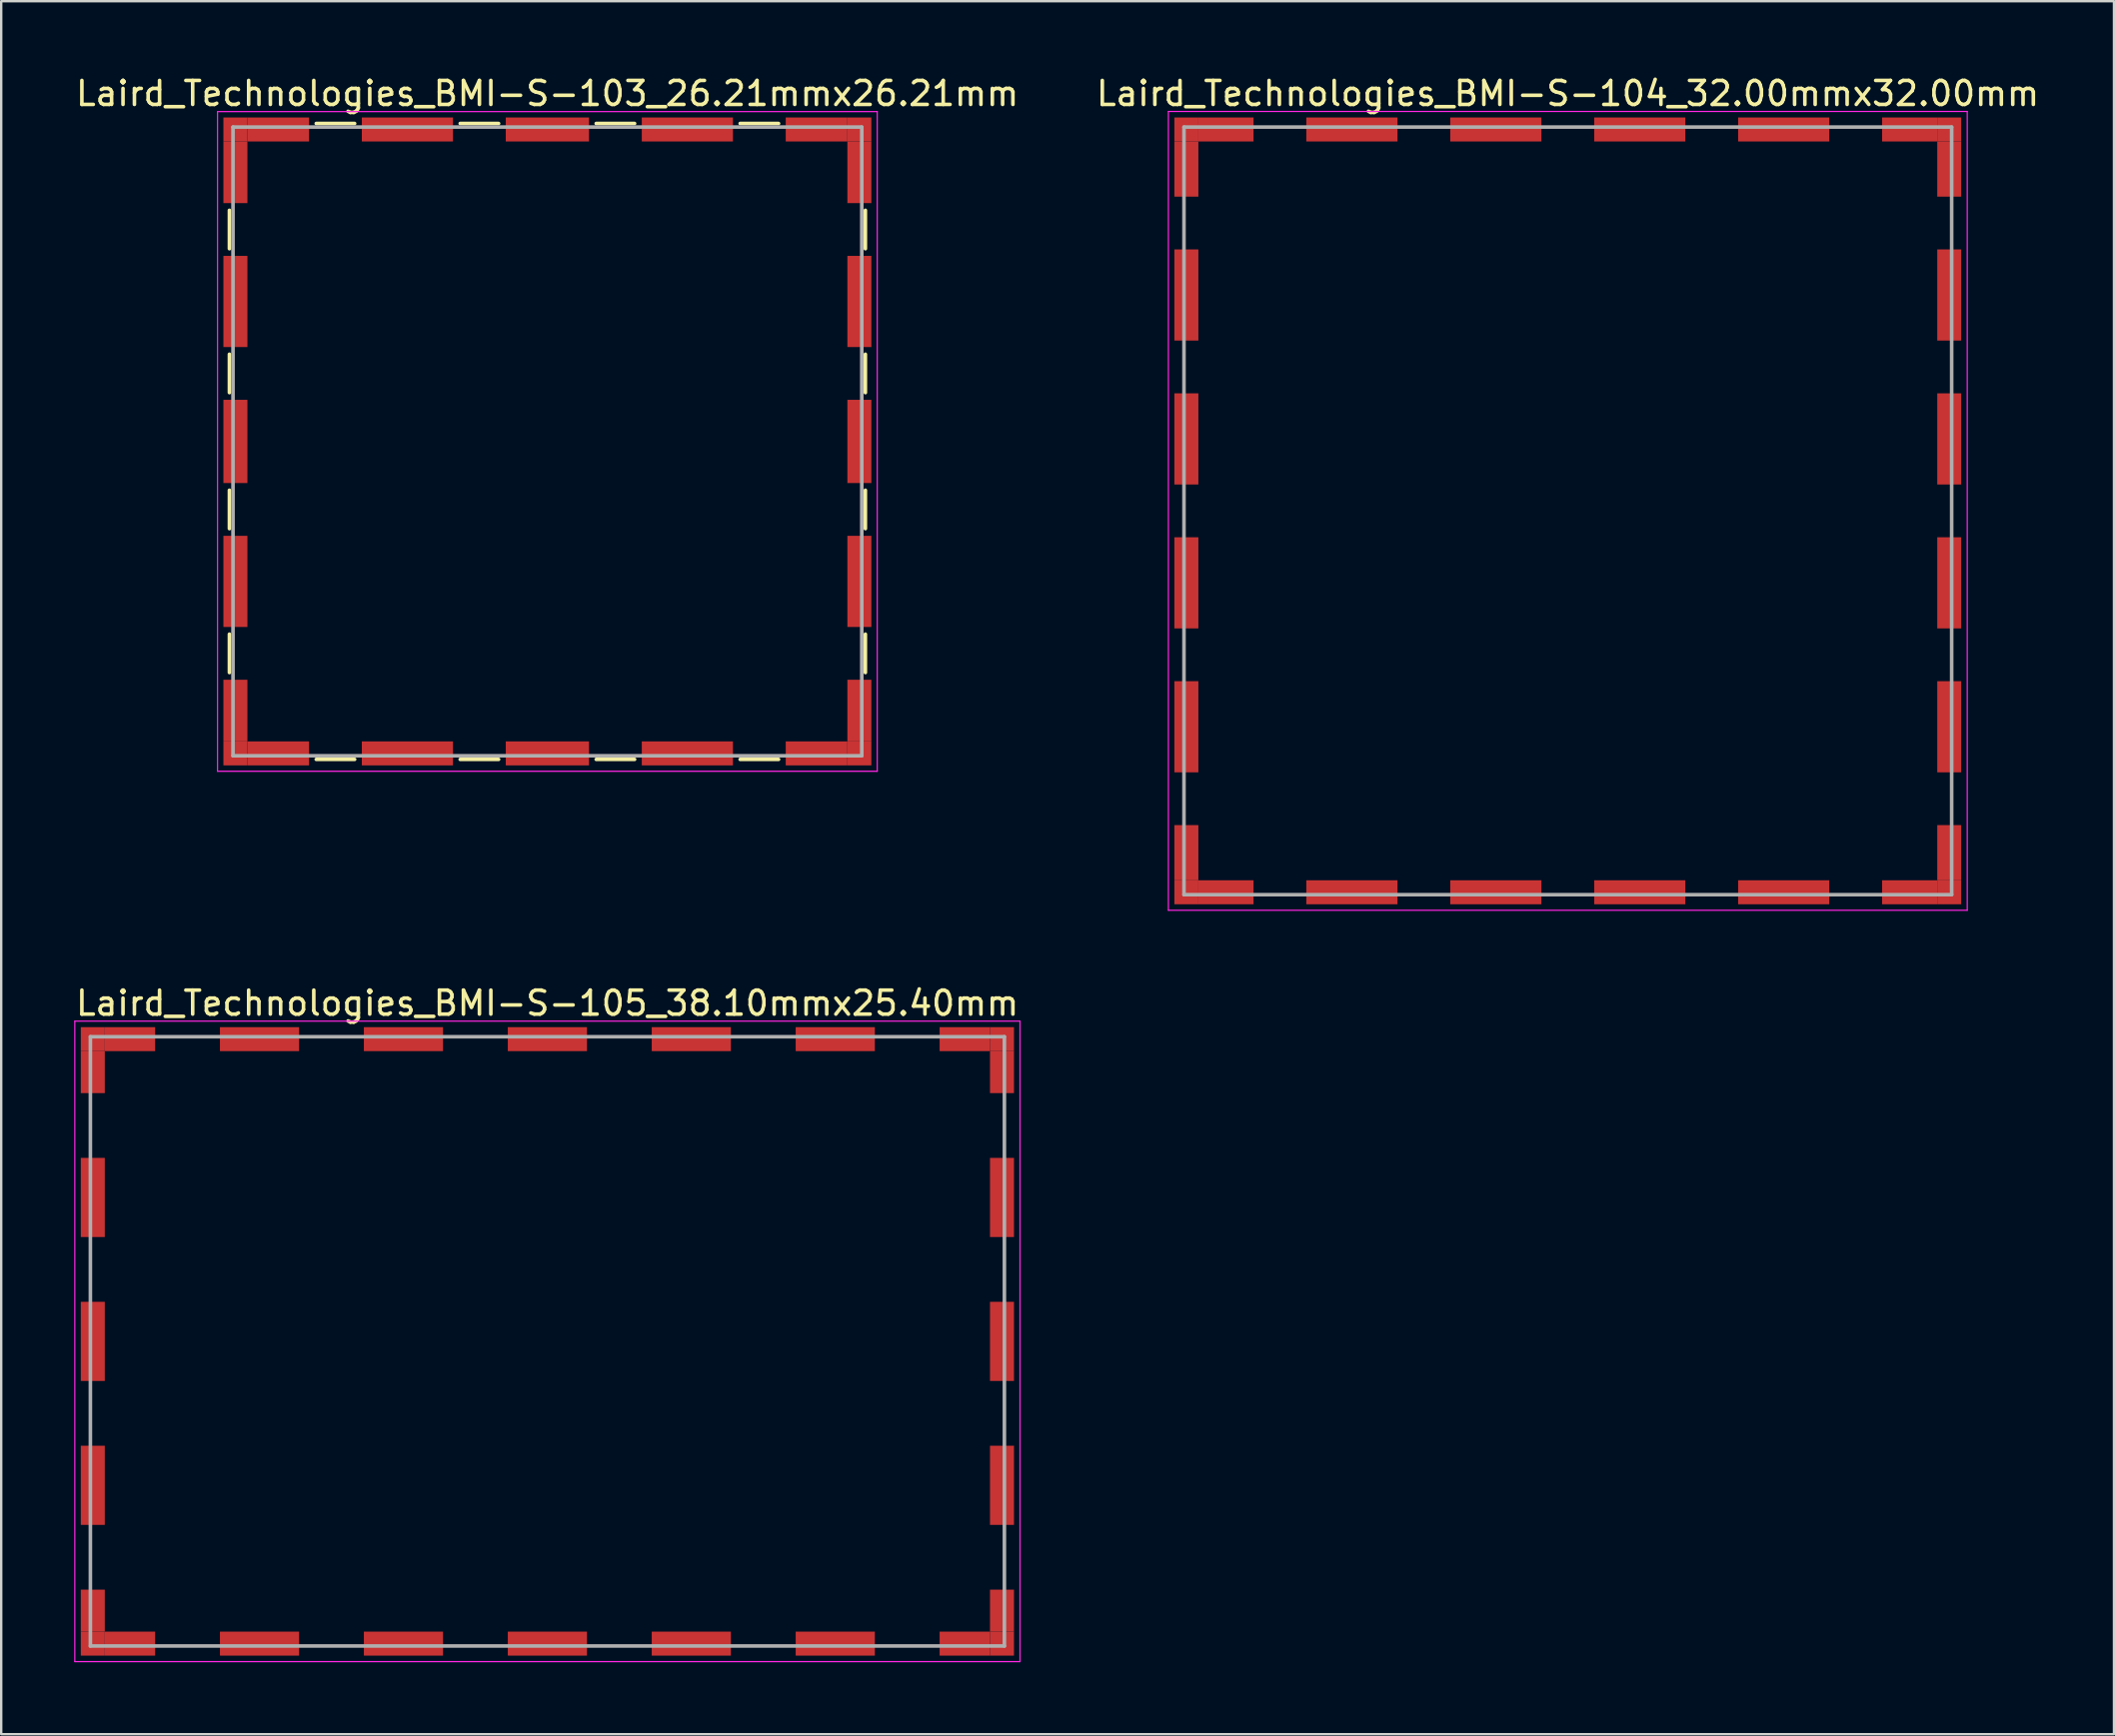
<source format=kicad_pcb>
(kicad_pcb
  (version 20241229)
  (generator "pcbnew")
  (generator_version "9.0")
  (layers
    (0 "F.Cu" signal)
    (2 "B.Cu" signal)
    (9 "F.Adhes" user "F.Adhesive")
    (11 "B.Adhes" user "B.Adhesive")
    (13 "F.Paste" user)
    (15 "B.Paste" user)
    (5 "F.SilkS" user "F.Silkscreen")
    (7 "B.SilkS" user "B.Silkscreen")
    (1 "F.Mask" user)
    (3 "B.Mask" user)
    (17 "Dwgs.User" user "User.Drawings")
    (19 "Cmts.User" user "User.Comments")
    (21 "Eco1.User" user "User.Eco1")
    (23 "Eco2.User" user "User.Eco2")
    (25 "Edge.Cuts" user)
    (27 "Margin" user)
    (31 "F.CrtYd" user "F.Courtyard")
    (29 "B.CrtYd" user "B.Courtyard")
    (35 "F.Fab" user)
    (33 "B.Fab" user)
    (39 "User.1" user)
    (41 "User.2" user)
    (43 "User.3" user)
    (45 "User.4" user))
  (footprint "Laird_Technologies_BMI-S-105_38.10mmx25.40mm"
    (layer "F.Cu")
    (at 19.768 52.871)
    (property "Reference" "Laird_Technologies_BMI-S-105_38.10mmx25.40mm" (at 0 -14.1 0) (layer "F.SilkS") (effects (font (size 1 1) (thickness 0.15))))
    (attr smd)
    (fp_line (start -19.7 -13.35) (end -19.7 13.35) (stroke (width 0.05) (type solid)) (layer "F.CrtYd"))
    (fp_line (start -19.7 13.35) (end 19.7 13.35) (stroke (width 0.05) (type solid)) (layer "F.CrtYd"))
    (fp_line (start 19.7 -13.35) (end -19.7 -13.35) (stroke (width 0.05) (type solid)) (layer "F.CrtYd"))
    (fp_line (start 19.7 13.35) (end 19.7 -13.35) (stroke (width 0.05) (type solid)) (layer "F.CrtYd"))
    (fp_line (start -19.05 -12.7) (end -19.05 12.7) (stroke (width 0.15) (type solid)) (layer "F.Fab"))
    (fp_line (start -19.05 12.7) (end 19.05 12.7) (stroke (width 0.15) (type solid)) (layer "F.Fab"))
    (fp_line (start 19.05 -12.7) (end -19.05 -12.7) (stroke (width 0.15) (type solid)) (layer "F.Fab"))
    (fp_line (start 19.05 12.7) (end 19.05 -12.7) (stroke (width 0.15) (type solid)) (layer "F.Fab"))
    (pad "1" smd rect (at -18.95 -12.6) (size 1 1) (layers "F.Cu" "F.Mask"))
    (pad "1" smd rect (at -18.95 -11.225) (size 1 1.75) (layers "F.Cu" "F.Mask"))
    (pad "1" smd rect (at -18.95 -6) (size 1 3.3) (layers "F.Cu" "F.Mask"))
    (pad "1" smd rect (at -18.95 0) (size 1 3.3) (layers "F.Cu" "F.Mask"))
    (pad "1" smd rect (at -18.95 6) (size 1 3.3) (layers "F.Cu" "F.Mask"))
    (pad "1" smd rect (at -18.95 11.225) (size 1 1.75) (layers "F.Cu" "F.Mask"))
    (pad "1" smd rect (at -18.95 12.6) (size 1 1) (layers "F.Cu" "F.Mask"))
    (pad "1" smd rect (at -17.4 -12.6) (size 2.1 1) (layers "F.Cu" "F.Mask"))
    (pad "1" smd rect (at -17.4 12.6) (size 2.1 1) (layers "F.Cu" "F.Mask"))
    (pad "1" smd rect (at -12 -12.6) (size 3.3 1) (layers "F.Cu" "F.Mask"))
    (pad "1" smd rect (at -12 12.6) (size 3.3 1) (layers "F.Cu" "F.Mask"))
    (pad "1" smd rect (at -6 -12.6) (size 3.3 1) (layers "F.Cu" "F.Mask"))
    (pad "1" smd rect (at -6 12.6) (size 3.3 1) (layers "F.Cu" "F.Mask"))
    (pad "1" smd rect (at 0 -12.6) (size 3.3 1) (layers "F.Cu" "F.Mask"))
    (pad "1" smd rect (at 0 12.6) (size 3.3 1) (layers "F.Cu" "F.Mask"))
    (pad "1" smd rect (at 6 -12.6) (size 3.3 1) (layers "F.Cu" "F.Mask"))
    (pad "1" smd rect (at 6 12.6) (size 3.3 1) (layers "F.Cu" "F.Mask"))
    (pad "1" smd rect (at 12 -12.6) (size 3.3 1) (layers "F.Cu" "F.Mask"))
    (pad "1" smd rect (at 12 12.6) (size 3.3 1) (layers "F.Cu" "F.Mask"))
    (pad "1" smd rect (at 17.4 -12.6) (size 2.1 1) (layers "F.Cu" "F.Mask"))
    (pad "1" smd rect (at 17.4 12.6) (size 2.1 1) (layers "F.Cu" "F.Mask"))
    (pad "1" smd rect (at 18.95 -12.6) (size 1 1) (layers "F.Cu" "F.Mask"))
    (pad "1" smd rect (at 18.95 -11.225) (size 1 1.75) (layers "F.Cu" "F.Mask"))
    (pad "1" smd rect (at 18.95 -6) (size 1 3.3) (layers "F.Cu" "F.Mask"))
    (pad "1" smd rect (at 18.95 0) (size 1 3.3) (layers "F.Cu" "F.Mask"))
    (pad "1" smd rect (at 18.95 6) (size 1 3.3) (layers "F.Cu" "F.Mask"))
    (pad "1" smd rect (at 18.95 11.225) (size 1 1.75) (layers "F.Cu" "F.Mask"))
    (pad "1" smd rect (at 18.95 12.6) (size 1 1) (layers "F.Cu" "F.Mask")))
  (footprint "Laird_Technologies_BMI-S-103_26.21mmx26.21mm"
    (layer "F.Cu")
    (at 19.768 15.353)
    (property "Reference" "Laird_Technologies_BMI-S-103_26.21mmx26.21mm" (at 0 -14.505 0) (layer "F.SilkS") (effects (font (size 1 1) (thickness 0.15))))
    (attr smd)
    (fp_line (start -13.255 -9.635) (end -13.255 -8.035) (stroke (width 0.15) (type solid)) (layer "F.SilkS"))
    (fp_line (start -13.255 -3.635) (end -13.255 -2.035) (stroke (width 0.15) (type solid)) (layer "F.SilkS"))
    (fp_line (start -13.255 2.035) (end -13.255 3.635) (stroke (width 0.15) (type solid)) (layer "F.SilkS"))
    (fp_line (start -13.255 8.035) (end -13.255 9.635) (stroke (width 0.15) (type solid)) (layer "F.SilkS"))
    (fp_line (start -9.635 -13.255) (end -8.035 -13.255) (stroke (width 0.15) (type solid)) (layer "F.SilkS"))
    (fp_line (start -9.635 13.255) (end -8.035 13.255) (stroke (width 0.15) (type solid)) (layer "F.SilkS"))
    (fp_line (start -3.635 -13.255) (end -2.035 -13.255) (stroke (width 0.15) (type solid)) (layer "F.SilkS"))
    (fp_line (start -3.635 13.255) (end -2.035 13.255) (stroke (width 0.15) (type solid)) (layer "F.SilkS"))
    (fp_line (start 2.035 -13.255) (end 3.635 -13.255) (stroke (width 0.15) (type solid)) (layer "F.SilkS"))
    (fp_line (start 2.035 13.255) (end 3.635 13.255) (stroke (width 0.15) (type solid)) (layer "F.SilkS"))
    (fp_line (start 8.035 -13.255) (end 9.635 -13.255) (stroke (width 0.15) (type solid)) (layer "F.SilkS"))
    (fp_line (start 8.035 13.255) (end 9.635 13.255) (stroke (width 0.15) (type solid)) (layer "F.SilkS"))
    (fp_line (start 13.255 -9.635) (end 13.255 -8.035) (stroke (width 0.15) (type solid)) (layer "F.SilkS"))
    (fp_line (start 13.255 -3.635) (end 13.255 -2.035) (stroke (width 0.15) (type solid)) (layer "F.SilkS"))
    (fp_line (start 13.255 2.035) (end 13.255 3.635) (stroke (width 0.15) (type solid)) (layer "F.SilkS"))
    (fp_line (start 13.255 8.035) (end 13.255 9.635) (stroke (width 0.15) (type solid)) (layer "F.SilkS"))
    (fp_line (start -13.75 -13.75) (end -13.75 13.75) (stroke (width 0.05) (type solid)) (layer "F.CrtYd"))
    (fp_line (start -13.75 13.75) (end 13.75 13.75) (stroke (width 0.05) (type solid)) (layer "F.CrtYd"))
    (fp_line (start 13.75 -13.75) (end -13.75 -13.75) (stroke (width 0.05) (type solid)) (layer "F.CrtYd"))
    (fp_line (start 13.75 13.75) (end 13.75 -13.75) (stroke (width 0.05) (type solid)) (layer "F.CrtYd"))
    (fp_line (start -13.105 -13.105) (end -13.105 13.105) (stroke (width 0.15) (type solid)) (layer "F.Fab"))
    (fp_line (start -13.105 13.105) (end 13.105 13.105) (stroke (width 0.15) (type solid)) (layer "F.Fab"))
    (fp_line (start 13.105 -13.105) (end -13.105 -13.105) (stroke (width 0.15) (type solid)) (layer "F.Fab"))
    (fp_line (start 13.105 13.105) (end 13.105 -13.105) (stroke (width 0.15) (type solid)) (layer "F.Fab"))
    (pad "1" smd rect (at -13.005 -13.005) (size 1 1) (layers "F.Cu" "F.Mask"))
    (pad "1" smd rect (at -13.005 -11.22) (size 1 2.57) (layers "F.Cu" "F.Mask"))
    (pad "1" smd rect (at -13.005 -5.835) (size 1 3.8) (layers "F.Cu" "F.Mask"))
    (pad "1" smd rect (at -13.005 0) (size 1 3.47) (layers "F.Cu" "F.Mask"))
    (pad "1" smd rect (at -13.005 5.835) (size 1 3.8) (layers "F.Cu" "F.Mask"))
    (pad "1" smd rect (at -13.005 11.22) (size 1 2.57) (layers "F.Cu" "F.Mask"))
    (pad "1" smd rect (at -13.005 13.005) (size 1 1) (layers "F.Cu" "F.Mask"))
    (pad "1" smd rect (at -11.22 -13.005) (size 2.57 1) (layers "F.Cu" "F.Mask"))
    (pad "1" smd rect (at -11.22 13.005) (size 2.57 1) (layers "F.Cu" "F.Mask"))
    (pad "1" smd rect (at -5.835 -13.005) (size 3.8 1) (layers "F.Cu" "F.Mask"))
    (pad "1" smd rect (at -5.835 13.005) (size 3.8 1) (layers "F.Cu" "F.Mask"))
    (pad "1" smd rect (at 0 -13.005) (size 3.47 1) (layers "F.Cu" "F.Mask"))
    (pad "1" smd rect (at 0 13.005) (size 3.47 1) (layers "F.Cu" "F.Mask"))
    (pad "1" smd rect (at 5.835 -13.005) (size 3.8 1) (layers "F.Cu" "F.Mask"))
    (pad "1" smd rect (at 5.835 13.005) (size 3.8 1) (layers "F.Cu" "F.Mask"))
    (pad "1" smd rect (at 11.22 -13.005) (size 2.57 1) (layers "F.Cu" "F.Mask"))
    (pad "1" smd rect (at 11.22 13.005) (size 2.57 1) (layers "F.Cu" "F.Mask"))
    (pad "1" smd rect (at 13.005 -13.005) (size 1 1) (layers "F.Cu" "F.Mask"))
    (pad "1" smd rect (at 13.005 -11.22) (size 1 2.57) (layers "F.Cu" "F.Mask"))
    (pad "1" smd rect (at 13.005 -5.835) (size 1 3.8) (layers "F.Cu" "F.Mask"))
    (pad "1" smd rect (at 13.005 0) (size 1 3.47) (layers "F.Cu" "F.Mask"))
    (pad "1" smd rect (at 13.005 5.835) (size 1 3.8) (layers "F.Cu" "F.Mask"))
    (pad "1" smd rect (at 13.005 11.22) (size 1 2.57) (layers "F.Cu" "F.Mask"))
    (pad "1" smd rect (at 13.005 13.005) (size 1 1) (layers "F.Cu" "F.Mask")))
  (footprint "Laird_Technologies_BMI-S-104_32.00mmx32.00mm"
    (layer "F.Cu")
    (at 62.304 18.248)
    (property "Reference" "Laird_Technologies_BMI-S-104_32.00mmx32.00mm" (at 0 -17.4 0) (layer "F.SilkS") (effects (font (size 1 1) (thickness 0.15))))
    (attr smd)
    (fp_line (start -16.65 -16.65) (end -16.65 16.65) (stroke (width 0.05) (type solid)) (layer "F.CrtYd"))
    (fp_line (start -16.65 16.65) (end 16.65 16.65) (stroke (width 0.05) (type solid)) (layer "F.CrtYd"))
    (fp_line (start 16.65 -16.65) (end -16.65 -16.65) (stroke (width 0.05) (type solid)) (layer "F.CrtYd"))
    (fp_line (start 16.65 16.65) (end 16.65 -16.65) (stroke (width 0.05) (type solid)) (layer "F.CrtYd"))
    (fp_line (start -16 -16) (end -16 16) (stroke (width 0.15) (type solid)) (layer "F.Fab"))
    (fp_line (start -16 16) (end 16 16) (stroke (width 0.15) (type solid)) (layer "F.Fab"))
    (fp_line (start 16 -16) (end -16 -16) (stroke (width 0.15) (type solid)) (layer "F.Fab"))
    (fp_line (start 16 16) (end 16 -16) (stroke (width 0.15) (type solid)) (layer "F.Fab"))
    (pad "1" smd rect (at -15.9 -15.9) (size 1 1) (layers "F.Cu" "F.Mask"))
    (pad "1" smd rect (at -15.9 -14.25) (size 1 2.3) (layers "F.Cu" "F.Mask"))
    (pad "1" smd rect (at -15.9 -9) (size 1 3.8) (layers "F.Cu" "F.Mask"))
    (pad "1" smd rect (at -15.9 -3) (size 1 3.8) (layers "F.Cu" "F.Mask"))
    (pad "1" smd rect (at -15.9 3) (size 1 3.8) (layers "F.Cu" "F.Mask"))
    (pad "1" smd rect (at -15.9 9) (size 1 3.8) (layers "F.Cu" "F.Mask"))
    (pad "1" smd rect (at -15.9 14.25) (size 1 2.3) (layers "F.Cu" "F.Mask"))
    (pad "1" smd rect (at -15.9 15.9) (size 1 1) (layers "F.Cu" "F.Mask"))
    (pad "1" smd rect (at -14.25 -15.9) (size 2.3 1) (layers "F.Cu" "F.Mask"))
    (pad "1" smd rect (at -14.25 15.9) (size 2.3 1) (layers "F.Cu" "F.Mask"))
    (pad "1" smd rect (at -9 -15.9) (size 3.8 1) (layers "F.Cu" "F.Mask"))
    (pad "1" smd rect (at -9 15.9) (size 3.8 1) (layers "F.Cu" "F.Mask"))
    (pad "1" smd rect (at -3 -15.9) (size 3.8 1) (layers "F.Cu" "F.Mask"))
    (pad "1" smd rect (at -3 15.9) (size 3.8 1) (layers "F.Cu" "F.Mask"))
    (pad "1" smd rect (at 3 -15.9) (size 3.8 1) (layers "F.Cu" "F.Mask"))
    (pad "1" smd rect (at 3 15.9) (size 3.8 1) (layers "F.Cu" "F.Mask"))
    (pad "1" smd rect (at 9 -15.9) (size 3.8 1) (layers "F.Cu" "F.Mask"))
    (pad "1" smd rect (at 9 15.9) (size 3.8 1) (layers "F.Cu" "F.Mask"))
    (pad "1" smd rect (at 14.25 -15.9) (size 2.3 1) (layers "F.Cu" "F.Mask"))
    (pad "1" smd rect (at 14.25 15.9) (size 2.3 1) (layers "F.Cu" "F.Mask"))
    (pad "1" smd rect (at 15.9 -15.9) (size 1 1) (layers "F.Cu" "F.Mask"))
    (pad "1" smd rect (at 15.9 -14.25) (size 1 2.3) (layers "F.Cu" "F.Mask"))
    (pad "1" smd rect (at 15.9 -9) (size 1 3.8) (layers "F.Cu" "F.Mask"))
    (pad "1" smd rect (at 15.9 -3) (size 1 3.8) (layers "F.Cu" "F.Mask"))
    (pad "1" smd rect (at 15.9 3) (size 1 3.8) (layers "F.Cu" "F.Mask"))
    (pad "1" smd rect (at 15.9 9) (size 1 3.8) (layers "F.Cu" "F.Mask"))
    (pad "1" smd rect (at 15.9 14.25) (size 1 2.3) (layers "F.Cu" "F.Mask"))
    (pad "1" smd rect (at 15.9 15.9) (size 1 1) (layers "F.Cu" "F.Mask")))
  (gr_rect
    (start -3 -3)
    (end 85.071 69.246)
    (stroke (width 0.1) (type default))
    (fill no)
    (layer "Edge.Cuts")))
</source>
